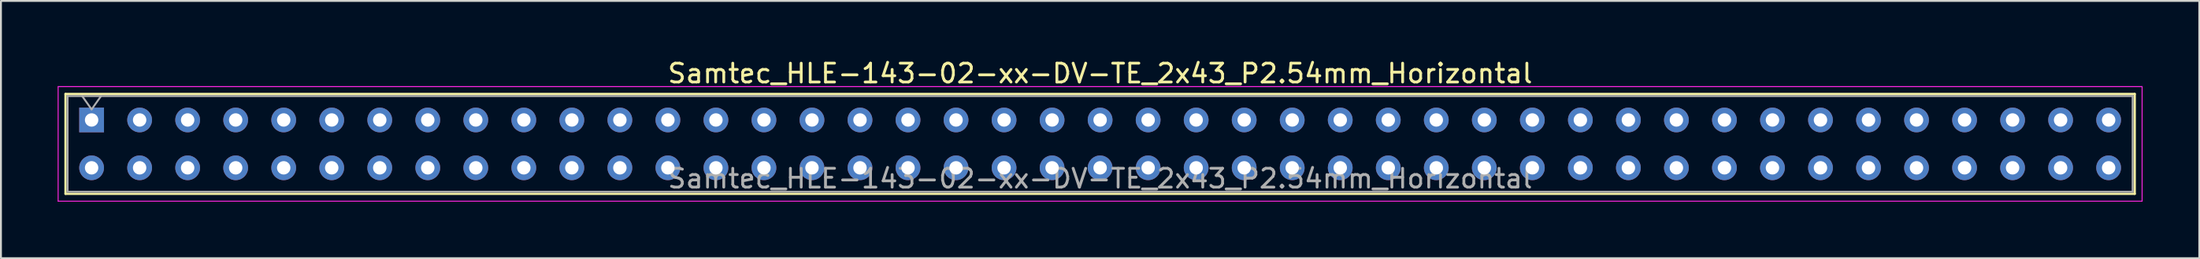
<source format=kicad_pcb>
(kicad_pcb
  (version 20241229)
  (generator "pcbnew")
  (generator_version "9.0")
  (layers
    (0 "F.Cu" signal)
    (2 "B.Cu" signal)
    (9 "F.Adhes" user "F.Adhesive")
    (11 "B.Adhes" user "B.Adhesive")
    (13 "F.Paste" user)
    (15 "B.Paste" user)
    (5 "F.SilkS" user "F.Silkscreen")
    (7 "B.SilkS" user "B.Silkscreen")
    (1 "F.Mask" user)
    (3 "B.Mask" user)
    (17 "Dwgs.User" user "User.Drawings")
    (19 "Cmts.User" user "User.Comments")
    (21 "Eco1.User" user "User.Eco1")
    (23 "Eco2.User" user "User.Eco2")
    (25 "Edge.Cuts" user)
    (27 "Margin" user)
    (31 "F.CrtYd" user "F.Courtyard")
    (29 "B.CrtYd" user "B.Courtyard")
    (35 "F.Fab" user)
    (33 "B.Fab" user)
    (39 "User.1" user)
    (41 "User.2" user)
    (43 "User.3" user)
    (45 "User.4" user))
  (footprint "Samtec_HLE-143-02-xx-DV-TE_2x43_P2.54mm_Horizontal"
    (layer "F.Cu")
    (at 1.795 3.318)
    (property "Reference" "Samtec_HLE-143-02-xx-DV-TE_2x43_P2.54mm_Horizontal" (at 53.34 -2.47 0) (layer "F.SilkS") (effects (font (size 1 1) (thickness 0.15))))
    (attr through_hole)
    (fp_line (start -1.38 -1.38) (end 108.06 -1.38) (stroke (width 0.12) (type solid)) (layer "F.SilkS"))
    (fp_line (start -1.38 3.92) (end -1.38 -1.38) (stroke (width 0.12) (type solid)) (layer "F.SilkS"))
    (fp_line (start 108.06 -1.38) (end 108.06 3.92) (stroke (width 0.12) (type solid)) (layer "F.SilkS"))
    (fp_line (start 108.06 3.92) (end -1.38 3.92) (stroke (width 0.12) (type solid)) (layer "F.SilkS"))
    (fp_line (start -1.77 -1.77) (end 108.45 -1.77) (stroke (width 0.05) (type solid)) (layer "F.CrtYd"))
    (fp_line (start -1.77 4.31) (end -1.77 -1.77) (stroke (width 0.05) (type solid)) (layer "F.CrtYd"))
    (fp_line (start 108.45 -1.77) (end 108.45 4.31) (stroke (width 0.05) (type solid)) (layer "F.CrtYd"))
    (fp_line (start 108.45 4.31) (end -1.77 4.31) (stroke (width 0.05) (type solid)) (layer "F.CrtYd"))
    (fp_line (start -1.27 -1.27) (end 107.95 -1.27) (stroke (width 0.1) (type solid)) (layer "F.Fab"))
    (fp_line (start -1.27 3.81) (end -1.27 -1.27) (stroke (width 0.1) (type solid)) (layer "F.Fab"))
    (fp_line (start -0.5 -1.27) (end 0 -0.563) (stroke (width 0.1) (type solid)) (layer "F.Fab"))
    (fp_line (start 0 -0.563) (end 0.5 -1.27) (stroke (width 0.1) (type solid)) (layer "F.Fab"))
    (fp_line (start 107.95 -1.27) (end 107.95 3.81) (stroke (width 0.1) (type solid)) (layer "F.Fab"))
    (fp_line (start 107.95 3.81) (end -1.27 3.81) (stroke (width 0.1) (type solid)) (layer "F.Fab"))
    (fp_text user "${REFERENCE}" (at 53.34 3.11 0) (layer "F.Fab") (effects (font (size 1 1) (thickness 0.15))))
    (pad "1" thru_hole rect (at 0 0) (size 1.31 1.31) (drill 0.71) (layers "*.Cu" "*.Mask"))
    (pad "2" thru_hole circle (at 0 2.54) (size 1.31 1.31) (drill 0.71) (layers "*.Cu" "*.Mask"))
    (pad "3" thru_hole circle (at 2.54 0) (size 1.31 1.31) (drill 0.71) (layers "*.Cu" "*.Mask"))
    (pad "4" thru_hole circle (at 2.54 2.54) (size 1.31 1.31) (drill 0.71) (layers "*.Cu" "*.Mask"))
    (pad "5" thru_hole circle (at 5.08 0) (size 1.31 1.31) (drill 0.71) (layers "*.Cu" "*.Mask"))
    (pad "6" thru_hole circle (at 5.08 2.54) (size 1.31 1.31) (drill 0.71) (layers "*.Cu" "*.Mask"))
    (pad "7" thru_hole circle (at 7.62 0) (size 1.31 1.31) (drill 0.71) (layers "*.Cu" "*.Mask"))
    (pad "8" thru_hole circle (at 7.62 2.54) (size 1.31 1.31) (drill 0.71) (layers "*.Cu" "*.Mask"))
    (pad "9" thru_hole circle (at 10.16 0) (size 1.31 1.31) (drill 0.71) (layers "*.Cu" "*.Mask"))
    (pad "10" thru_hole circle (at 10.16 2.54) (size 1.31 1.31) (drill 0.71) (layers "*.Cu" "*.Mask"))
    (pad "11" thru_hole circle (at 12.7 0) (size 1.31 1.31) (drill 0.71) (layers "*.Cu" "*.Mask"))
    (pad "12" thru_hole circle (at 12.7 2.54) (size 1.31 1.31) (drill 0.71) (layers "*.Cu" "*.Mask"))
    (pad "13" thru_hole circle (at 15.24 0) (size 1.31 1.31) (drill 0.71) (layers "*.Cu" "*.Mask"))
    (pad "14" thru_hole circle (at 15.24 2.54) (size 1.31 1.31) (drill 0.71) (layers "*.Cu" "*.Mask"))
    (pad "15" thru_hole circle (at 17.78 0) (size 1.31 1.31) (drill 0.71) (layers "*.Cu" "*.Mask"))
    (pad "16" thru_hole circle (at 17.78 2.54) (size 1.31 1.31) (drill 0.71) (layers "*.Cu" "*.Mask"))
    (pad "17" thru_hole circle (at 20.32 0) (size 1.31 1.31) (drill 0.71) (layers "*.Cu" "*.Mask"))
    (pad "18" thru_hole circle (at 20.32 2.54) (size 1.31 1.31) (drill 0.71) (layers "*.Cu" "*.Mask"))
    (pad "19" thru_hole circle (at 22.86 0) (size 1.31 1.31) (drill 0.71) (layers "*.Cu" "*.Mask"))
    (pad "20" thru_hole circle (at 22.86 2.54) (size 1.31 1.31) (drill 0.71) (layers "*.Cu" "*.Mask"))
    (pad "21" thru_hole circle (at 25.4 0) (size 1.31 1.31) (drill 0.71) (layers "*.Cu" "*.Mask"))
    (pad "22" thru_hole circle (at 25.4 2.54) (size 1.31 1.31) (drill 0.71) (layers "*.Cu" "*.Mask"))
    (pad "23" thru_hole circle (at 27.94 0) (size 1.31 1.31) (drill 0.71) (layers "*.Cu" "*.Mask"))
    (pad "24" thru_hole circle (at 27.94 2.54) (size 1.31 1.31) (drill 0.71) (layers "*.Cu" "*.Mask"))
    (pad "25" thru_hole circle (at 30.48 0) (size 1.31 1.31) (drill 0.71) (layers "*.Cu" "*.Mask"))
    (pad "26" thru_hole circle (at 30.48 2.54) (size 1.31 1.31) (drill 0.71) (layers "*.Cu" "*.Mask"))
    (pad "27" thru_hole circle (at 33.02 0) (size 1.31 1.31) (drill 0.71) (layers "*.Cu" "*.Mask"))
    (pad "28" thru_hole circle (at 33.02 2.54) (size 1.31 1.31) (drill 0.71) (layers "*.Cu" "*.Mask"))
    (pad "29" thru_hole circle (at 35.56 0) (size 1.31 1.31) (drill 0.71) (layers "*.Cu" "*.Mask"))
    (pad "30" thru_hole circle (at 35.56 2.54) (size 1.31 1.31) (drill 0.71) (layers "*.Cu" "*.Mask"))
    (pad "31" thru_hole circle (at 38.1 0) (size 1.31 1.31) (drill 0.71) (layers "*.Cu" "*.Mask"))
    (pad "32" thru_hole circle (at 38.1 2.54) (size 1.31 1.31) (drill 0.71) (layers "*.Cu" "*.Mask"))
    (pad "33" thru_hole circle (at 40.64 0) (size 1.31 1.31) (drill 0.71) (layers "*.Cu" "*.Mask"))
    (pad "34" thru_hole circle (at 40.64 2.54) (size 1.31 1.31) (drill 0.71) (layers "*.Cu" "*.Mask"))
    (pad "35" thru_hole circle (at 43.18 0) (size 1.31 1.31) (drill 0.71) (layers "*.Cu" "*.Mask"))
    (pad "36" thru_hole circle (at 43.18 2.54) (size 1.31 1.31) (drill 0.71) (layers "*.Cu" "*.Mask"))
    (pad "37" thru_hole circle (at 45.72 0) (size 1.31 1.31) (drill 0.71) (layers "*.Cu" "*.Mask"))
    (pad "38" thru_hole circle (at 45.72 2.54) (size 1.31 1.31) (drill 0.71) (layers "*.Cu" "*.Mask"))
    (pad "39" thru_hole circle (at 48.26 0) (size 1.31 1.31) (drill 0.71) (layers "*.Cu" "*.Mask"))
    (pad "40" thru_hole circle (at 48.26 2.54) (size 1.31 1.31) (drill 0.71) (layers "*.Cu" "*.Mask"))
    (pad "41" thru_hole circle (at 50.8 0) (size 1.31 1.31) (drill 0.71) (layers "*.Cu" "*.Mask"))
    (pad "42" thru_hole circle (at 50.8 2.54) (size 1.31 1.31) (drill 0.71) (layers "*.Cu" "*.Mask"))
    (pad "43" thru_hole circle (at 53.34 0) (size 1.31 1.31) (drill 0.71) (layers "*.Cu" "*.Mask"))
    (pad "44" thru_hole circle (at 53.34 2.54) (size 1.31 1.31) (drill 0.71) (layers "*.Cu" "*.Mask"))
    (pad "45" thru_hole circle (at 55.88 0) (size 1.31 1.31) (drill 0.71) (layers "*.Cu" "*.Mask"))
    (pad "46" thru_hole circle (at 55.88 2.54) (size 1.31 1.31) (drill 0.71) (layers "*.Cu" "*.Mask"))
    (pad "47" thru_hole circle (at 58.42 0) (size 1.31 1.31) (drill 0.71) (layers "*.Cu" "*.Mask"))
    (pad "48" thru_hole circle (at 58.42 2.54) (size 1.31 1.31) (drill 0.71) (layers "*.Cu" "*.Mask"))
    (pad "49" thru_hole circle (at 60.96 0) (size 1.31 1.31) (drill 0.71) (layers "*.Cu" "*.Mask"))
    (pad "50" thru_hole circle (at 60.96 2.54) (size 1.31 1.31) (drill 0.71) (layers "*.Cu" "*.Mask"))
    (pad "51" thru_hole circle (at 63.5 0) (size 1.31 1.31) (drill 0.71) (layers "*.Cu" "*.Mask"))
    (pad "52" thru_hole circle (at 63.5 2.54) (size 1.31 1.31) (drill 0.71) (layers "*.Cu" "*.Mask"))
    (pad "53" thru_hole circle (at 66.04 0) (size 1.31 1.31) (drill 0.71) (layers "*.Cu" "*.Mask"))
    (pad "54" thru_hole circle (at 66.04 2.54) (size 1.31 1.31) (drill 0.71) (layers "*.Cu" "*.Mask"))
    (pad "55" thru_hole circle (at 68.58 0) (size 1.31 1.31) (drill 0.71) (layers "*.Cu" "*.Mask"))
    (pad "56" thru_hole circle (at 68.58 2.54) (size 1.31 1.31) (drill 0.71) (layers "*.Cu" "*.Mask"))
    (pad "57" thru_hole circle (at 71.12 0) (size 1.31 1.31) (drill 0.71) (layers "*.Cu" "*.Mask"))
    (pad "58" thru_hole circle (at 71.12 2.54) (size 1.31 1.31) (drill 0.71) (layers "*.Cu" "*.Mask"))
    (pad "59" thru_hole circle (at 73.66 0) (size 1.31 1.31) (drill 0.71) (layers "*.Cu" "*.Mask"))
    (pad "60" thru_hole circle (at 73.66 2.54) (size 1.31 1.31) (drill 0.71) (layers "*.Cu" "*.Mask"))
    (pad "61" thru_hole circle (at 76.2 0) (size 1.31 1.31) (drill 0.71) (layers "*.Cu" "*.Mask"))
    (pad "62" thru_hole circle (at 76.2 2.54) (size 1.31 1.31) (drill 0.71) (layers "*.Cu" "*.Mask"))
    (pad "63" thru_hole circle (at 78.74 0) (size 1.31 1.31) (drill 0.71) (layers "*.Cu" "*.Mask"))
    (pad "64" thru_hole circle (at 78.74 2.54) (size 1.31 1.31) (drill 0.71) (layers "*.Cu" "*.Mask"))
    (pad "65" thru_hole circle (at 81.28 0) (size 1.31 1.31) (drill 0.71) (layers "*.Cu" "*.Mask"))
    (pad "66" thru_hole circle (at 81.28 2.54) (size 1.31 1.31) (drill 0.71) (layers "*.Cu" "*.Mask"))
    (pad "67" thru_hole circle (at 83.82 0) (size 1.31 1.31) (drill 0.71) (layers "*.Cu" "*.Mask"))
    (pad "68" thru_hole circle (at 83.82 2.54) (size 1.31 1.31) (drill 0.71) (layers "*.Cu" "*.Mask"))
    (pad "69" thru_hole circle (at 86.36 0) (size 1.31 1.31) (drill 0.71) (layers "*.Cu" "*.Mask"))
    (pad "70" thru_hole circle (at 86.36 2.54) (size 1.31 1.31) (drill 0.71) (layers "*.Cu" "*.Mask"))
    (pad "71" thru_hole circle (at 88.9 0) (size 1.31 1.31) (drill 0.71) (layers "*.Cu" "*.Mask"))
    (pad "72" thru_hole circle (at 88.9 2.54) (size 1.31 1.31) (drill 0.71) (layers "*.Cu" "*.Mask"))
    (pad "73" thru_hole circle (at 91.44 0) (size 1.31 1.31) (drill 0.71) (layers "*.Cu" "*.Mask"))
    (pad "74" thru_hole circle (at 91.44 2.54) (size 1.31 1.31) (drill 0.71) (layers "*.Cu" "*.Mask"))
    (pad "75" thru_hole circle (at 93.98 0) (size 1.31 1.31) (drill 0.71) (layers "*.Cu" "*.Mask"))
    (pad "76" thru_hole circle (at 93.98 2.54) (size 1.31 1.31) (drill 0.71) (layers "*.Cu" "*.Mask"))
    (pad "77" thru_hole circle (at 96.52 0) (size 1.31 1.31) (drill 0.71) (layers "*.Cu" "*.Mask"))
    (pad "78" thru_hole circle (at 96.52 2.54) (size 1.31 1.31) (drill 0.71) (layers "*.Cu" "*.Mask"))
    (pad "79" thru_hole circle (at 99.06 0) (size 1.31 1.31) (drill 0.71) (layers "*.Cu" "*.Mask"))
    (pad "80" thru_hole circle (at 99.06 2.54) (size 1.31 1.31) (drill 0.71) (layers "*.Cu" "*.Mask"))
    (pad "81" thru_hole circle (at 101.6 0) (size 1.31 1.31) (drill 0.71) (layers "*.Cu" "*.Mask"))
    (pad "82" thru_hole circle (at 101.6 2.54) (size 1.31 1.31) (drill 0.71) (layers "*.Cu" "*.Mask"))
    (pad "83" thru_hole circle (at 104.14 0) (size 1.31 1.31) (drill 0.71) (layers "*.Cu" "*.Mask"))
    (pad "84" thru_hole circle (at 104.14 2.54) (size 1.31 1.31) (drill 0.71) (layers "*.Cu" "*.Mask"))
    (pad "85" thru_hole circle (at 106.68 0) (size 1.31 1.31) (drill 0.71) (layers "*.Cu" "*.Mask"))
    (pad "86" thru_hole circle (at 106.68 2.54) (size 1.31 1.31) (drill 0.71) (layers "*.Cu" "*.Mask")))
  (gr_rect
    (start -3 -3)
    (end 113.27 10.653)
    (stroke (width 0.1) (type default))
    (fill no)
    (layer "Edge.Cuts")))
</source>
